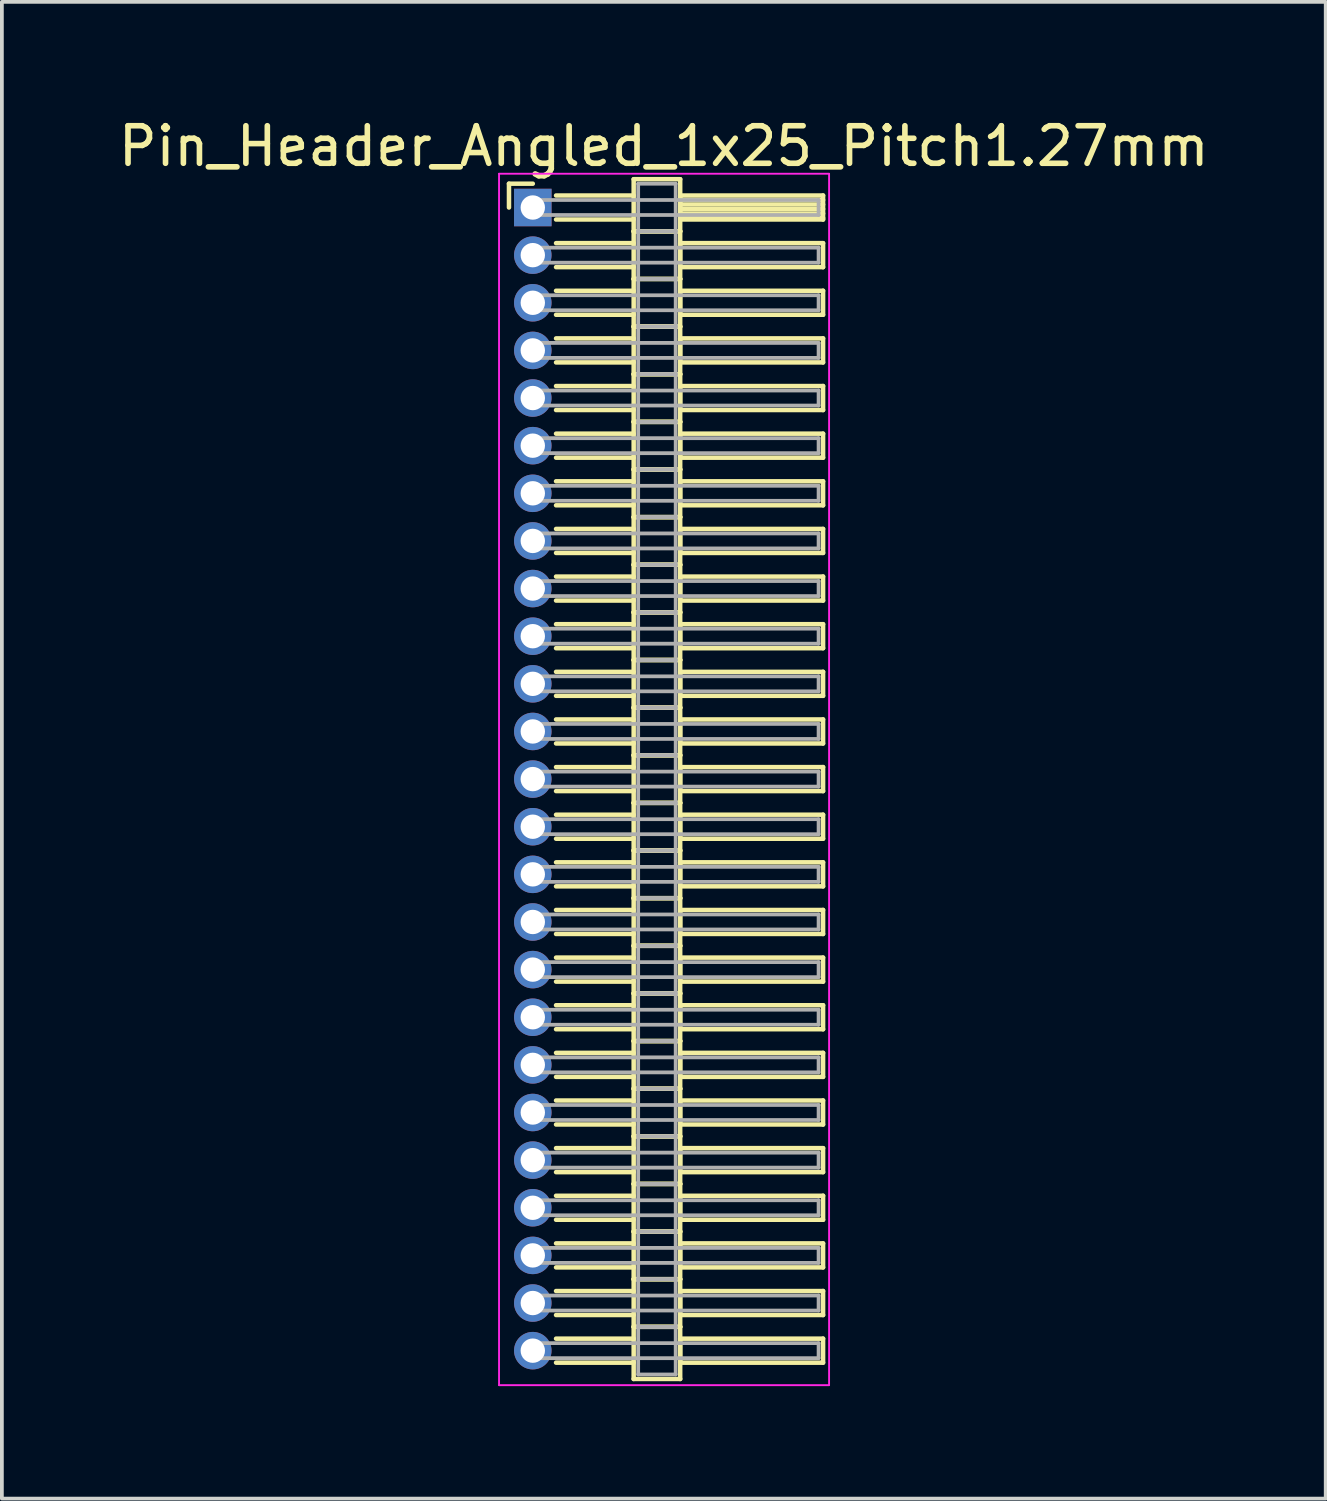
<source format=kicad_pcb>
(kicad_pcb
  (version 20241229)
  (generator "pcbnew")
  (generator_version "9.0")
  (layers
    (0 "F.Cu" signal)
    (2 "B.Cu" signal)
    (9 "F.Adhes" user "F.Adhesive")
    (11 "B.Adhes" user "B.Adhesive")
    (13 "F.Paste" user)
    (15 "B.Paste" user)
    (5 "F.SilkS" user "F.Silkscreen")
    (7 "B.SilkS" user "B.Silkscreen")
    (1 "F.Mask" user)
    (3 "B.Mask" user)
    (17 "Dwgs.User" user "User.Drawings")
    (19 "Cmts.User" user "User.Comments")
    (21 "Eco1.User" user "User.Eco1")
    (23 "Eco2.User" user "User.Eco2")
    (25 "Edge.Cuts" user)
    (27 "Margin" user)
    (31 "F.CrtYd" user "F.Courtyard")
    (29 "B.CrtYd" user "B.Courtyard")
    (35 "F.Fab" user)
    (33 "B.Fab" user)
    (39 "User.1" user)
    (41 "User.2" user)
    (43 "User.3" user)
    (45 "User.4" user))
  (footprint "Pin_Header_Angled_1x25_Pitch1.27mm"
    (layer "F.Cu")
    (at 11.156 2.483)
    (property "Reference" "Pin_Header_Angled_1x25_Pitch1.27mm" (at 3.493 -1.635 0) (layer "F.SilkS") (effects (font (size 1 1) (thickness 0.15))))
    (attr through_hole)
    (fp_line (start -0.635 -0.635) (end 0 -0.635) (stroke (width 0.12) (type solid)) (layer "F.SilkS"))
    (fp_line (start -0.635 0) (end -0.635 -0.635) (stroke (width 0.12) (type solid)) (layer "F.SilkS"))
    (fp_line (start 0.62 -0.32) (end 2.69 -0.32) (stroke (width 0.12) (type solid)) (layer "F.SilkS"))
    (fp_line (start 0.62 0.32) (end 2.69 0.32) (stroke (width 0.12) (type solid)) (layer "F.SilkS"))
    (fp_line (start 0.62 0.95) (end 2.69 0.95) (stroke (width 0.12) (type solid)) (layer "F.SilkS"))
    (fp_line (start 0.62 1.59) (end 2.69 1.59) (stroke (width 0.12) (type solid)) (layer "F.SilkS"))
    (fp_line (start 0.62 2.22) (end 2.69 2.22) (stroke (width 0.12) (type solid)) (layer "F.SilkS"))
    (fp_line (start 0.62 2.86) (end 2.69 2.86) (stroke (width 0.12) (type solid)) (layer "F.SilkS"))
    (fp_line (start 0.62 3.49) (end 2.69 3.49) (stroke (width 0.12) (type solid)) (layer "F.SilkS"))
    (fp_line (start 0.62 4.13) (end 2.69 4.13) (stroke (width 0.12) (type solid)) (layer "F.SilkS"))
    (fp_line (start 0.62 4.76) (end 2.69 4.76) (stroke (width 0.12) (type solid)) (layer "F.SilkS"))
    (fp_line (start 0.62 5.4) (end 2.69 5.4) (stroke (width 0.12) (type solid)) (layer "F.SilkS"))
    (fp_line (start 0.62 6.03) (end 2.69 6.03) (stroke (width 0.12) (type solid)) (layer "F.SilkS"))
    (fp_line (start 0.62 6.67) (end 2.69 6.67) (stroke (width 0.12) (type solid)) (layer "F.SilkS"))
    (fp_line (start 0.62 7.3) (end 2.69 7.3) (stroke (width 0.12) (type solid)) (layer "F.SilkS"))
    (fp_line (start 0.62 7.94) (end 2.69 7.94) (stroke (width 0.12) (type solid)) (layer "F.SilkS"))
    (fp_line (start 0.62 8.57) (end 2.69 8.57) (stroke (width 0.12) (type solid)) (layer "F.SilkS"))
    (fp_line (start 0.62 9.21) (end 2.69 9.21) (stroke (width 0.12) (type solid)) (layer "F.SilkS"))
    (fp_line (start 0.62 9.84) (end 2.69 9.84) (stroke (width 0.12) (type solid)) (layer "F.SilkS"))
    (fp_line (start 0.62 10.48) (end 2.69 10.48) (stroke (width 0.12) (type solid)) (layer "F.SilkS"))
    (fp_line (start 0.62 11.11) (end 2.69 11.11) (stroke (width 0.12) (type solid)) (layer "F.SilkS"))
    (fp_line (start 0.62 11.75) (end 2.69 11.75) (stroke (width 0.12) (type solid)) (layer "F.SilkS"))
    (fp_line (start 0.62 12.38) (end 2.69 12.38) (stroke (width 0.12) (type solid)) (layer "F.SilkS"))
    (fp_line (start 0.62 13.02) (end 2.69 13.02) (stroke (width 0.12) (type solid)) (layer "F.SilkS"))
    (fp_line (start 0.62 13.65) (end 2.69 13.65) (stroke (width 0.12) (type solid)) (layer "F.SilkS"))
    (fp_line (start 0.62 14.29) (end 2.69 14.29) (stroke (width 0.12) (type solid)) (layer "F.SilkS"))
    (fp_line (start 0.62 14.92) (end 2.69 14.92) (stroke (width 0.12) (type solid)) (layer "F.SilkS"))
    (fp_line (start 0.62 15.56) (end 2.69 15.56) (stroke (width 0.12) (type solid)) (layer "F.SilkS"))
    (fp_line (start 0.62 16.19) (end 2.69 16.19) (stroke (width 0.12) (type solid)) (layer "F.SilkS"))
    (fp_line (start 0.62 16.83) (end 2.69 16.83) (stroke (width 0.12) (type solid)) (layer "F.SilkS"))
    (fp_line (start 0.62 17.46) (end 2.69 17.46) (stroke (width 0.12) (type solid)) (layer "F.SilkS"))
    (fp_line (start 0.62 18.1) (end 2.69 18.1) (stroke (width 0.12) (type solid)) (layer "F.SilkS"))
    (fp_line (start 0.62 18.73) (end 2.69 18.73) (stroke (width 0.12) (type solid)) (layer "F.SilkS"))
    (fp_line (start 0.62 19.37) (end 2.69 19.37) (stroke (width 0.12) (type solid)) (layer "F.SilkS"))
    (fp_line (start 0.62 20) (end 2.69 20) (stroke (width 0.12) (type solid)) (layer "F.SilkS"))
    (fp_line (start 0.62 20.64) (end 2.69 20.64) (stroke (width 0.12) (type solid)) (layer "F.SilkS"))
    (fp_line (start 0.62 21.27) (end 2.69 21.27) (stroke (width 0.12) (type solid)) (layer "F.SilkS"))
    (fp_line (start 0.62 21.91) (end 2.69 21.91) (stroke (width 0.12) (type solid)) (layer "F.SilkS"))
    (fp_line (start 0.62 22.54) (end 2.69 22.54) (stroke (width 0.12) (type solid)) (layer "F.SilkS"))
    (fp_line (start 0.62 23.18) (end 2.69 23.18) (stroke (width 0.12) (type solid)) (layer "F.SilkS"))
    (fp_line (start 0.62 23.81) (end 2.69 23.81) (stroke (width 0.12) (type solid)) (layer "F.SilkS"))
    (fp_line (start 0.62 24.45) (end 2.69 24.45) (stroke (width 0.12) (type solid)) (layer "F.SilkS"))
    (fp_line (start 0.62 25.08) (end 2.69 25.08) (stroke (width 0.12) (type solid)) (layer "F.SilkS"))
    (fp_line (start 0.62 25.72) (end 2.69 25.72) (stroke (width 0.12) (type solid)) (layer "F.SilkS"))
    (fp_line (start 0.62 26.35) (end 2.69 26.35) (stroke (width 0.12) (type solid)) (layer "F.SilkS"))
    (fp_line (start 0.62 26.99) (end 2.69 26.99) (stroke (width 0.12) (type solid)) (layer "F.SilkS"))
    (fp_line (start 0.62 27.62) (end 2.69 27.62) (stroke (width 0.12) (type solid)) (layer "F.SilkS"))
    (fp_line (start 0.62 28.26) (end 2.69 28.26) (stroke (width 0.12) (type solid)) (layer "F.SilkS"))
    (fp_line (start 0.62 28.89) (end 2.69 28.89) (stroke (width 0.12) (type solid)) (layer "F.SilkS"))
    (fp_line (start 0.62 29.53) (end 2.69 29.53) (stroke (width 0.12) (type solid)) (layer "F.SilkS"))
    (fp_line (start 0.62 30.16) (end 2.69 30.16) (stroke (width 0.12) (type solid)) (layer "F.SilkS"))
    (fp_line (start 0.62 30.8) (end 2.69 30.8) (stroke (width 0.12) (type solid)) (layer "F.SilkS"))
    (fp_line (start 2.69 -0.755) (end 2.69 0.635) (stroke (width 0.12) (type solid)) (layer "F.SilkS"))
    (fp_line (start 2.69 0.635) (end 2.69 1.905) (stroke (width 0.12) (type solid)) (layer "F.SilkS"))
    (fp_line (start 2.69 0.635) (end 3.93 0.635) (stroke (width 0.12) (type solid)) (layer "F.SilkS"))
    (fp_line (start 2.69 1.905) (end 2.69 3.175) (stroke (width 0.12) (type solid)) (layer "F.SilkS"))
    (fp_line (start 2.69 1.905) (end 3.93 1.905) (stroke (width 0.12) (type solid)) (layer "F.SilkS"))
    (fp_line (start 2.69 3.175) (end 2.69 4.445) (stroke (width 0.12) (type solid)) (layer "F.SilkS"))
    (fp_line (start 2.69 3.175) (end 3.93 3.175) (stroke (width 0.12) (type solid)) (layer "F.SilkS"))
    (fp_line (start 2.69 4.445) (end 2.69 5.715) (stroke (width 0.12) (type solid)) (layer "F.SilkS"))
    (fp_line (start 2.69 4.445) (end 3.93 4.445) (stroke (width 0.12) (type solid)) (layer "F.SilkS"))
    (fp_line (start 2.69 5.715) (end 2.69 6.985) (stroke (width 0.12) (type solid)) (layer "F.SilkS"))
    (fp_line (start 2.69 5.715) (end 3.93 5.715) (stroke (width 0.12) (type solid)) (layer "F.SilkS"))
    (fp_line (start 2.69 6.985) (end 2.69 8.255) (stroke (width 0.12) (type solid)) (layer "F.SilkS"))
    (fp_line (start 2.69 6.985) (end 3.93 6.985) (stroke (width 0.12) (type solid)) (layer "F.SilkS"))
    (fp_line (start 2.69 8.255) (end 2.69 9.525) (stroke (width 0.12) (type solid)) (layer "F.SilkS"))
    (fp_line (start 2.69 8.255) (end 3.93 8.255) (stroke (width 0.12) (type solid)) (layer "F.SilkS"))
    (fp_line (start 2.69 9.525) (end 2.69 10.795) (stroke (width 0.12) (type solid)) (layer "F.SilkS"))
    (fp_line (start 2.69 9.525) (end 3.93 9.525) (stroke (width 0.12) (type solid)) (layer "F.SilkS"))
    (fp_line (start 2.69 10.795) (end 2.69 12.065) (stroke (width 0.12) (type solid)) (layer "F.SilkS"))
    (fp_line (start 2.69 10.795) (end 3.93 10.795) (stroke (width 0.12) (type solid)) (layer "F.SilkS"))
    (fp_line (start 2.69 12.065) (end 2.69 13.335) (stroke (width 0.12) (type solid)) (layer "F.SilkS"))
    (fp_line (start 2.69 12.065) (end 3.93 12.065) (stroke (width 0.12) (type solid)) (layer "F.SilkS"))
    (fp_line (start 2.69 13.335) (end 2.69 14.605) (stroke (width 0.12) (type solid)) (layer "F.SilkS"))
    (fp_line (start 2.69 13.335) (end 3.93 13.335) (stroke (width 0.12) (type solid)) (layer "F.SilkS"))
    (fp_line (start 2.69 14.605) (end 2.69 15.875) (stroke (width 0.12) (type solid)) (layer "F.SilkS"))
    (fp_line (start 2.69 14.605) (end 3.93 14.605) (stroke (width 0.12) (type solid)) (layer "F.SilkS"))
    (fp_line (start 2.69 15.875) (end 2.69 17.145) (stroke (width 0.12) (type solid)) (layer "F.SilkS"))
    (fp_line (start 2.69 15.875) (end 3.93 15.875) (stroke (width 0.12) (type solid)) (layer "F.SilkS"))
    (fp_line (start 2.69 17.145) (end 2.69 18.415) (stroke (width 0.12) (type solid)) (layer "F.SilkS"))
    (fp_line (start 2.69 17.145) (end 3.93 17.145) (stroke (width 0.12) (type solid)) (layer "F.SilkS"))
    (fp_line (start 2.69 18.415) (end 2.69 19.685) (stroke (width 0.12) (type solid)) (layer "F.SilkS"))
    (fp_line (start 2.69 18.415) (end 3.93 18.415) (stroke (width 0.12) (type solid)) (layer "F.SilkS"))
    (fp_line (start 2.69 19.685) (end 2.69 20.955) (stroke (width 0.12) (type solid)) (layer "F.SilkS"))
    (fp_line (start 2.69 19.685) (end 3.93 19.685) (stroke (width 0.12) (type solid)) (layer "F.SilkS"))
    (fp_line (start 2.69 20.955) (end 2.69 22.225) (stroke (width 0.12) (type solid)) (layer "F.SilkS"))
    (fp_line (start 2.69 20.955) (end 3.93 20.955) (stroke (width 0.12) (type solid)) (layer "F.SilkS"))
    (fp_line (start 2.69 22.225) (end 2.69 23.495) (stroke (width 0.12) (type solid)) (layer "F.SilkS"))
    (fp_line (start 2.69 22.225) (end 3.93 22.225) (stroke (width 0.12) (type solid)) (layer "F.SilkS"))
    (fp_line (start 2.69 23.495) (end 2.69 24.765) (stroke (width 0.12) (type solid)) (layer "F.SilkS"))
    (fp_line (start 2.69 23.495) (end 3.93 23.495) (stroke (width 0.12) (type solid)) (layer "F.SilkS"))
    (fp_line (start 2.69 24.765) (end 2.69 26.035) (stroke (width 0.12) (type solid)) (layer "F.SilkS"))
    (fp_line (start 2.69 24.765) (end 3.93 24.765) (stroke (width 0.12) (type solid)) (layer "F.SilkS"))
    (fp_line (start 2.69 26.035) (end 2.69 27.305) (stroke (width 0.12) (type solid)) (layer "F.SilkS"))
    (fp_line (start 2.69 26.035) (end 3.93 26.035) (stroke (width 0.12) (type solid)) (layer "F.SilkS"))
    (fp_line (start 2.69 27.305) (end 2.69 28.575) (stroke (width 0.12) (type solid)) (layer "F.SilkS"))
    (fp_line (start 2.69 27.305) (end 3.93 27.305) (stroke (width 0.12) (type solid)) (layer "F.SilkS"))
    (fp_line (start 2.69 28.575) (end 2.69 29.845) (stroke (width 0.12) (type solid)) (layer "F.SilkS"))
    (fp_line (start 2.69 28.575) (end 3.93 28.575) (stroke (width 0.12) (type solid)) (layer "F.SilkS"))
    (fp_line (start 2.69 29.845) (end 2.69 31.235) (stroke (width 0.12) (type solid)) (layer "F.SilkS"))
    (fp_line (start 2.69 29.845) (end 3.93 29.845) (stroke (width 0.12) (type solid)) (layer "F.SilkS"))
    (fp_line (start 2.69 31.235) (end 3.93 31.235) (stroke (width 0.12) (type solid)) (layer "F.SilkS"))
    (fp_line (start 3.93 -0.755) (end 2.69 -0.755) (stroke (width 0.12) (type solid)) (layer "F.SilkS"))
    (fp_line (start 3.93 -0.32) (end 3.93 0.32) (stroke (width 0.12) (type solid)) (layer "F.SilkS"))
    (fp_line (start 3.93 -0.2) (end 7.74 -0.2) (stroke (width 0.12) (type solid)) (layer "F.SilkS"))
    (fp_line (start 3.93 -0.08) (end 7.74 -0.08) (stroke (width 0.12) (type solid)) (layer "F.SilkS"))
    (fp_line (start 3.93 0.04) (end 7.74 0.04) (stroke (width 0.12) (type solid)) (layer "F.SilkS"))
    (fp_line (start 3.93 0.16) (end 7.74 0.16) (stroke (width 0.12) (type solid)) (layer "F.SilkS"))
    (fp_line (start 3.93 0.28) (end 7.74 0.28) (stroke (width 0.12) (type solid)) (layer "F.SilkS"))
    (fp_line (start 3.93 0.32) (end 7.74 0.32) (stroke (width 0.12) (type solid)) (layer "F.SilkS"))
    (fp_line (start 3.93 0.635) (end 2.69 0.635) (stroke (width 0.12) (type solid)) (layer "F.SilkS"))
    (fp_line (start 3.93 0.635) (end 3.93 -0.755) (stroke (width 0.12) (type solid)) (layer "F.SilkS"))
    (fp_line (start 3.93 0.95) (end 3.93 1.59) (stroke (width 0.12) (type solid)) (layer "F.SilkS"))
    (fp_line (start 3.93 1.59) (end 7.74 1.59) (stroke (width 0.12) (type solid)) (layer "F.SilkS"))
    (fp_line (start 3.93 1.905) (end 2.69 1.905) (stroke (width 0.12) (type solid)) (layer "F.SilkS"))
    (fp_line (start 3.93 1.905) (end 3.93 0.635) (stroke (width 0.12) (type solid)) (layer "F.SilkS"))
    (fp_line (start 3.93 2.22) (end 3.93 2.86) (stroke (width 0.12) (type solid)) (layer "F.SilkS"))
    (fp_line (start 3.93 2.86) (end 7.74 2.86) (stroke (width 0.12) (type solid)) (layer "F.SilkS"))
    (fp_line (start 3.93 3.175) (end 2.69 3.175) (stroke (width 0.12) (type solid)) (layer "F.SilkS"))
    (fp_line (start 3.93 3.175) (end 3.93 1.905) (stroke (width 0.12) (type solid)) (layer "F.SilkS"))
    (fp_line (start 3.93 3.49) (end 3.93 4.13) (stroke (width 0.12) (type solid)) (layer "F.SilkS"))
    (fp_line (start 3.93 4.13) (end 7.74 4.13) (stroke (width 0.12) (type solid)) (layer "F.SilkS"))
    (fp_line (start 3.93 4.445) (end 2.69 4.445) (stroke (width 0.12) (type solid)) (layer "F.SilkS"))
    (fp_line (start 3.93 4.445) (end 3.93 3.175) (stroke (width 0.12) (type solid)) (layer "F.SilkS"))
    (fp_line (start 3.93 4.76) (end 3.93 5.4) (stroke (width 0.12) (type solid)) (layer "F.SilkS"))
    (fp_line (start 3.93 5.4) (end 7.74 5.4) (stroke (width 0.12) (type solid)) (layer "F.SilkS"))
    (fp_line (start 3.93 5.715) (end 2.69 5.715) (stroke (width 0.12) (type solid)) (layer "F.SilkS"))
    (fp_line (start 3.93 5.715) (end 3.93 4.445) (stroke (width 0.12) (type solid)) (layer "F.SilkS"))
    (fp_line (start 3.93 6.03) (end 3.93 6.67) (stroke (width 0.12) (type solid)) (layer "F.SilkS"))
    (fp_line (start 3.93 6.67) (end 7.74 6.67) (stroke (width 0.12) (type solid)) (layer "F.SilkS"))
    (fp_line (start 3.93 6.985) (end 2.69 6.985) (stroke (width 0.12) (type solid)) (layer "F.SilkS"))
    (fp_line (start 3.93 6.985) (end 3.93 5.715) (stroke (width 0.12) (type solid)) (layer "F.SilkS"))
    (fp_line (start 3.93 7.3) (end 3.93 7.94) (stroke (width 0.12) (type solid)) (layer "F.SilkS"))
    (fp_line (start 3.93 7.94) (end 7.74 7.94) (stroke (width 0.12) (type solid)) (layer "F.SilkS"))
    (fp_line (start 3.93 8.255) (end 2.69 8.255) (stroke (width 0.12) (type solid)) (layer "F.SilkS"))
    (fp_line (start 3.93 8.255) (end 3.93 6.985) (stroke (width 0.12) (type solid)) (layer "F.SilkS"))
    (fp_line (start 3.93 8.57) (end 3.93 9.21) (stroke (width 0.12) (type solid)) (layer "F.SilkS"))
    (fp_line (start 3.93 9.21) (end 7.74 9.21) (stroke (width 0.12) (type solid)) (layer "F.SilkS"))
    (fp_line (start 3.93 9.525) (end 2.69 9.525) (stroke (width 0.12) (type solid)) (layer "F.SilkS"))
    (fp_line (start 3.93 9.525) (end 3.93 8.255) (stroke (width 0.12) (type solid)) (layer "F.SilkS"))
    (fp_line (start 3.93 9.84) (end 3.93 10.48) (stroke (width 0.12) (type solid)) (layer "F.SilkS"))
    (fp_line (start 3.93 10.48) (end 7.74 10.48) (stroke (width 0.12) (type solid)) (layer "F.SilkS"))
    (fp_line (start 3.93 10.795) (end 2.69 10.795) (stroke (width 0.12) (type solid)) (layer "F.SilkS"))
    (fp_line (start 3.93 10.795) (end 3.93 9.525) (stroke (width 0.12) (type solid)) (layer "F.SilkS"))
    (fp_line (start 3.93 11.11) (end 3.93 11.75) (stroke (width 0.12) (type solid)) (layer "F.SilkS"))
    (fp_line (start 3.93 11.75) (end 7.74 11.75) (stroke (width 0.12) (type solid)) (layer "F.SilkS"))
    (fp_line (start 3.93 12.065) (end 2.69 12.065) (stroke (width 0.12) (type solid)) (layer "F.SilkS"))
    (fp_line (start 3.93 12.065) (end 3.93 10.795) (stroke (width 0.12) (type solid)) (layer "F.SilkS"))
    (fp_line (start 3.93 12.38) (end 3.93 13.02) (stroke (width 0.12) (type solid)) (layer "F.SilkS"))
    (fp_line (start 3.93 13.02) (end 7.74 13.02) (stroke (width 0.12) (type solid)) (layer "F.SilkS"))
    (fp_line (start 3.93 13.335) (end 2.69 13.335) (stroke (width 0.12) (type solid)) (layer "F.SilkS"))
    (fp_line (start 3.93 13.335) (end 3.93 12.065) (stroke (width 0.12) (type solid)) (layer "F.SilkS"))
    (fp_line (start 3.93 13.65) (end 3.93 14.29) (stroke (width 0.12) (type solid)) (layer "F.SilkS"))
    (fp_line (start 3.93 14.29) (end 7.74 14.29) (stroke (width 0.12) (type solid)) (layer "F.SilkS"))
    (fp_line (start 3.93 14.605) (end 2.69 14.605) (stroke (width 0.12) (type solid)) (layer "F.SilkS"))
    (fp_line (start 3.93 14.605) (end 3.93 13.335) (stroke (width 0.12) (type solid)) (layer "F.SilkS"))
    (fp_line (start 3.93 14.92) (end 3.93 15.56) (stroke (width 0.12) (type solid)) (layer "F.SilkS"))
    (fp_line (start 3.93 15.56) (end 7.74 15.56) (stroke (width 0.12) (type solid)) (layer "F.SilkS"))
    (fp_line (start 3.93 15.875) (end 2.69 15.875) (stroke (width 0.12) (type solid)) (layer "F.SilkS"))
    (fp_line (start 3.93 15.875) (end 3.93 14.605) (stroke (width 0.12) (type solid)) (layer "F.SilkS"))
    (fp_line (start 3.93 16.19) (end 3.93 16.83) (stroke (width 0.12) (type solid)) (layer "F.SilkS"))
    (fp_line (start 3.93 16.83) (end 7.74 16.83) (stroke (width 0.12) (type solid)) (layer "F.SilkS"))
    (fp_line (start 3.93 17.145) (end 2.69 17.145) (stroke (width 0.12) (type solid)) (layer "F.SilkS"))
    (fp_line (start 3.93 17.145) (end 3.93 15.875) (stroke (width 0.12) (type solid)) (layer "F.SilkS"))
    (fp_line (start 3.93 17.46) (end 3.93 18.1) (stroke (width 0.12) (type solid)) (layer "F.SilkS"))
    (fp_line (start 3.93 18.1) (end 7.74 18.1) (stroke (width 0.12) (type solid)) (layer "F.SilkS"))
    (fp_line (start 3.93 18.415) (end 2.69 18.415) (stroke (width 0.12) (type solid)) (layer "F.SilkS"))
    (fp_line (start 3.93 18.415) (end 3.93 17.145) (stroke (width 0.12) (type solid)) (layer "F.SilkS"))
    (fp_line (start 3.93 18.73) (end 3.93 19.37) (stroke (width 0.12) (type solid)) (layer "F.SilkS"))
    (fp_line (start 3.93 19.37) (end 7.74 19.37) (stroke (width 0.12) (type solid)) (layer "F.SilkS"))
    (fp_line (start 3.93 19.685) (end 2.69 19.685) (stroke (width 0.12) (type solid)) (layer "F.SilkS"))
    (fp_line (start 3.93 19.685) (end 3.93 18.415) (stroke (width 0.12) (type solid)) (layer "F.SilkS"))
    (fp_line (start 3.93 20) (end 3.93 20.64) (stroke (width 0.12) (type solid)) (layer "F.SilkS"))
    (fp_line (start 3.93 20.64) (end 7.74 20.64) (stroke (width 0.12) (type solid)) (layer "F.SilkS"))
    (fp_line (start 3.93 20.955) (end 2.69 20.955) (stroke (width 0.12) (type solid)) (layer "F.SilkS"))
    (fp_line (start 3.93 20.955) (end 3.93 19.685) (stroke (width 0.12) (type solid)) (layer "F.SilkS"))
    (fp_line (start 3.93 21.27) (end 3.93 21.91) (stroke (width 0.12) (type solid)) (layer "F.SilkS"))
    (fp_line (start 3.93 21.91) (end 7.74 21.91) (stroke (width 0.12) (type solid)) (layer "F.SilkS"))
    (fp_line (start 3.93 22.225) (end 2.69 22.225) (stroke (width 0.12) (type solid)) (layer "F.SilkS"))
    (fp_line (start 3.93 22.225) (end 3.93 20.955) (stroke (width 0.12) (type solid)) (layer "F.SilkS"))
    (fp_line (start 3.93 22.54) (end 3.93 23.18) (stroke (width 0.12) (type solid)) (layer "F.SilkS"))
    (fp_line (start 3.93 23.18) (end 7.74 23.18) (stroke (width 0.12) (type solid)) (layer "F.SilkS"))
    (fp_line (start 3.93 23.495) (end 2.69 23.495) (stroke (width 0.12) (type solid)) (layer "F.SilkS"))
    (fp_line (start 3.93 23.495) (end 3.93 22.225) (stroke (width 0.12) (type solid)) (layer "F.SilkS"))
    (fp_line (start 3.93 23.81) (end 3.93 24.45) (stroke (width 0.12) (type solid)) (layer "F.SilkS"))
    (fp_line (start 3.93 24.45) (end 7.74 24.45) (stroke (width 0.12) (type solid)) (layer "F.SilkS"))
    (fp_line (start 3.93 24.765) (end 2.69 24.765) (stroke (width 0.12) (type solid)) (layer "F.SilkS"))
    (fp_line (start 3.93 24.765) (end 3.93 23.495) (stroke (width 0.12) (type solid)) (layer "F.SilkS"))
    (fp_line (start 3.93 25.08) (end 3.93 25.72) (stroke (width 0.12) (type solid)) (layer "F.SilkS"))
    (fp_line (start 3.93 25.72) (end 7.74 25.72) (stroke (width 0.12) (type solid)) (layer "F.SilkS"))
    (fp_line (start 3.93 26.035) (end 2.69 26.035) (stroke (width 0.12) (type solid)) (layer "F.SilkS"))
    (fp_line (start 3.93 26.035) (end 3.93 24.765) (stroke (width 0.12) (type solid)) (layer "F.SilkS"))
    (fp_line (start 3.93 26.35) (end 3.93 26.99) (stroke (width 0.12) (type solid)) (layer "F.SilkS"))
    (fp_line (start 3.93 26.99) (end 7.74 26.99) (stroke (width 0.12) (type solid)) (layer "F.SilkS"))
    (fp_line (start 3.93 27.305) (end 2.69 27.305) (stroke (width 0.12) (type solid)) (layer "F.SilkS"))
    (fp_line (start 3.93 27.305) (end 3.93 26.035) (stroke (width 0.12) (type solid)) (layer "F.SilkS"))
    (fp_line (start 3.93 27.62) (end 3.93 28.26) (stroke (width 0.12) (type solid)) (layer "F.SilkS"))
    (fp_line (start 3.93 28.26) (end 7.74 28.26) (stroke (width 0.12) (type solid)) (layer "F.SilkS"))
    (fp_line (start 3.93 28.575) (end 2.69 28.575) (stroke (width 0.12) (type solid)) (layer "F.SilkS"))
    (fp_line (start 3.93 28.575) (end 3.93 27.305) (stroke (width 0.12) (type solid)) (layer "F.SilkS"))
    (fp_line (start 3.93 28.89) (end 3.93 29.53) (stroke (width 0.12) (type solid)) (layer "F.SilkS"))
    (fp_line (start 3.93 29.53) (end 7.74 29.53) (stroke (width 0.12) (type solid)) (layer "F.SilkS"))
    (fp_line (start 3.93 29.845) (end 2.69 29.845) (stroke (width 0.12) (type solid)) (layer "F.SilkS"))
    (fp_line (start 3.93 29.845) (end 3.93 28.575) (stroke (width 0.12) (type solid)) (layer "F.SilkS"))
    (fp_line (start 3.93 30.16) (end 3.93 30.8) (stroke (width 0.12) (type solid)) (layer "F.SilkS"))
    (fp_line (start 3.93 30.8) (end 7.74 30.8) (stroke (width 0.12) (type solid)) (layer "F.SilkS"))
    (fp_line (start 3.93 31.235) (end 3.93 29.845) (stroke (width 0.12) (type solid)) (layer "F.SilkS"))
    (fp_line (start 7.74 -0.32) (end 3.93 -0.32) (stroke (width 0.12) (type solid)) (layer "F.SilkS"))
    (fp_line (start 7.74 0.32) (end 7.74 -0.32) (stroke (width 0.12) (type solid)) (layer "F.SilkS"))
    (fp_line (start 7.74 0.95) (end 3.93 0.95) (stroke (width 0.12) (type solid)) (layer "F.SilkS"))
    (fp_line (start 7.74 1.59) (end 7.74 0.95) (stroke (width 0.12) (type solid)) (layer "F.SilkS"))
    (fp_line (start 7.74 2.22) (end 3.93 2.22) (stroke (width 0.12) (type solid)) (layer "F.SilkS"))
    (fp_line (start 7.74 2.86) (end 7.74 2.22) (stroke (width 0.12) (type solid)) (layer "F.SilkS"))
    (fp_line (start 7.74 3.49) (end 3.93 3.49) (stroke (width 0.12) (type solid)) (layer "F.SilkS"))
    (fp_line (start 7.74 4.13) (end 7.74 3.49) (stroke (width 0.12) (type solid)) (layer "F.SilkS"))
    (fp_line (start 7.74 4.76) (end 3.93 4.76) (stroke (width 0.12) (type solid)) (layer "F.SilkS"))
    (fp_line (start 7.74 5.4) (end 7.74 4.76) (stroke (width 0.12) (type solid)) (layer "F.SilkS"))
    (fp_line (start 7.74 6.03) (end 3.93 6.03) (stroke (width 0.12) (type solid)) (layer "F.SilkS"))
    (fp_line (start 7.74 6.67) (end 7.74 6.03) (stroke (width 0.12) (type solid)) (layer "F.SilkS"))
    (fp_line (start 7.74 7.3) (end 3.93 7.3) (stroke (width 0.12) (type solid)) (layer "F.SilkS"))
    (fp_line (start 7.74 7.94) (end 7.74 7.3) (stroke (width 0.12) (type solid)) (layer "F.SilkS"))
    (fp_line (start 7.74 8.57) (end 3.93 8.57) (stroke (width 0.12) (type solid)) (layer "F.SilkS"))
    (fp_line (start 7.74 9.21) (end 7.74 8.57) (stroke (width 0.12) (type solid)) (layer "F.SilkS"))
    (fp_line (start 7.74 9.84) (end 3.93 9.84) (stroke (width 0.12) (type solid)) (layer "F.SilkS"))
    (fp_line (start 7.74 10.48) (end 7.74 9.84) (stroke (width 0.12) (type solid)) (layer "F.SilkS"))
    (fp_line (start 7.74 11.11) (end 3.93 11.11) (stroke (width 0.12) (type solid)) (layer "F.SilkS"))
    (fp_line (start 7.74 11.75) (end 7.74 11.11) (stroke (width 0.12) (type solid)) (layer "F.SilkS"))
    (fp_line (start 7.74 12.38) (end 3.93 12.38) (stroke (width 0.12) (type solid)) (layer "F.SilkS"))
    (fp_line (start 7.74 13.02) (end 7.74 12.38) (stroke (width 0.12) (type solid)) (layer "F.SilkS"))
    (fp_line (start 7.74 13.65) (end 3.93 13.65) (stroke (width 0.12) (type solid)) (layer "F.SilkS"))
    (fp_line (start 7.74 14.29) (end 7.74 13.65) (stroke (width 0.12) (type solid)) (layer "F.SilkS"))
    (fp_line (start 7.74 14.92) (end 3.93 14.92) (stroke (width 0.12) (type solid)) (layer "F.SilkS"))
    (fp_line (start 7.74 15.56) (end 7.74 14.92) (stroke (width 0.12) (type solid)) (layer "F.SilkS"))
    (fp_line (start 7.74 16.19) (end 3.93 16.19) (stroke (width 0.12) (type solid)) (layer "F.SilkS"))
    (fp_line (start 7.74 16.83) (end 7.74 16.19) (stroke (width 0.12) (type solid)) (layer "F.SilkS"))
    (fp_line (start 7.74 17.46) (end 3.93 17.46) (stroke (width 0.12) (type solid)) (layer "F.SilkS"))
    (fp_line (start 7.74 18.1) (end 7.74 17.46) (stroke (width 0.12) (type solid)) (layer "F.SilkS"))
    (fp_line (start 7.74 18.73) (end 3.93 18.73) (stroke (width 0.12) (type solid)) (layer "F.SilkS"))
    (fp_line (start 7.74 19.37) (end 7.74 18.73) (stroke (width 0.12) (type solid)) (layer "F.SilkS"))
    (fp_line (start 7.74 20) (end 3.93 20) (stroke (width 0.12) (type solid)) (layer "F.SilkS"))
    (fp_line (start 7.74 20.64) (end 7.74 20) (stroke (width 0.12) (type solid)) (layer "F.SilkS"))
    (fp_line (start 7.74 21.27) (end 3.93 21.27) (stroke (width 0.12) (type solid)) (layer "F.SilkS"))
    (fp_line (start 7.74 21.91) (end 7.74 21.27) (stroke (width 0.12) (type solid)) (layer "F.SilkS"))
    (fp_line (start 7.74 22.54) (end 3.93 22.54) (stroke (width 0.12) (type solid)) (layer "F.SilkS"))
    (fp_line (start 7.74 23.18) (end 7.74 22.54) (stroke (width 0.12) (type solid)) (layer "F.SilkS"))
    (fp_line (start 7.74 23.81) (end 3.93 23.81) (stroke (width 0.12) (type solid)) (layer "F.SilkS"))
    (fp_line (start 7.74 24.45) (end 7.74 23.81) (stroke (width 0.12) (type solid)) (layer "F.SilkS"))
    (fp_line (start 7.74 25.08) (end 3.93 25.08) (stroke (width 0.12) (type solid)) (layer "F.SilkS"))
    (fp_line (start 7.74 25.72) (end 7.74 25.08) (stroke (width 0.12) (type solid)) (layer "F.SilkS"))
    (fp_line (start 7.74 26.35) (end 3.93 26.35) (stroke (width 0.12) (type solid)) (layer "F.SilkS"))
    (fp_line (start 7.74 26.99) (end 7.74 26.35) (stroke (width 0.12) (type solid)) (layer "F.SilkS"))
    (fp_line (start 7.74 27.62) (end 3.93 27.62) (stroke (width 0.12) (type solid)) (layer "F.SilkS"))
    (fp_line (start 7.74 28.26) (end 7.74 27.62) (stroke (width 0.12) (type solid)) (layer "F.SilkS"))
    (fp_line (start 7.74 28.89) (end 3.93 28.89) (stroke (width 0.12) (type solid)) (layer "F.SilkS"))
    (fp_line (start 7.74 29.53) (end 7.74 28.89) (stroke (width 0.12) (type solid)) (layer "F.SilkS"))
    (fp_line (start 7.74 30.16) (end 3.93 30.16) (stroke (width 0.12) (type solid)) (layer "F.SilkS"))
    (fp_line (start 7.74 30.8) (end 7.74 30.16) (stroke (width 0.12) (type solid)) (layer "F.SilkS"))
    (fp_line (start -0.9 -0.9) (end -0.9 31.4) (stroke (width 0.05) (type solid)) (layer "F.CrtYd"))
    (fp_line (start -0.9 31.4) (end 7.9 31.4) (stroke (width 0.05) (type solid)) (layer "F.CrtYd"))
    (fp_line (start 7.9 -0.9) (end -0.9 -0.9) (stroke (width 0.05) (type solid)) (layer "F.CrtYd"))
    (fp_line (start 7.9 31.4) (end 7.9 -0.9) (stroke (width 0.05) (type solid)) (layer "F.CrtYd"))
    (fp_line (start 0 -0.2) (end 0 0.2) (stroke (width 0.1) (type solid)) (layer "F.Fab"))
    (fp_line (start 0 0.2) (end 7.62 0.2) (stroke (width 0.1) (type solid)) (layer "F.Fab"))
    (fp_line (start 0 1.07) (end 0 1.47) (stroke (width 0.1) (type solid)) (layer "F.Fab"))
    (fp_line (start 0 1.47) (end 7.62 1.47) (stroke (width 0.1) (type solid)) (layer "F.Fab"))
    (fp_line (start 0 2.34) (end 0 2.74) (stroke (width 0.1) (type solid)) (layer "F.Fab"))
    (fp_line (start 0 2.74) (end 7.62 2.74) (stroke (width 0.1) (type solid)) (layer "F.Fab"))
    (fp_line (start 0 3.61) (end 0 4.01) (stroke (width 0.1) (type solid)) (layer "F.Fab"))
    (fp_line (start 0 4.01) (end 7.62 4.01) (stroke (width 0.1) (type solid)) (layer "F.Fab"))
    (fp_line (start 0 4.88) (end 0 5.28) (stroke (width 0.1) (type solid)) (layer "F.Fab"))
    (fp_line (start 0 5.28) (end 7.62 5.28) (stroke (width 0.1) (type solid)) (layer "F.Fab"))
    (fp_line (start 0 6.15) (end 0 6.55) (stroke (width 0.1) (type solid)) (layer "F.Fab"))
    (fp_line (start 0 6.55) (end 7.62 6.55) (stroke (width 0.1) (type solid)) (layer "F.Fab"))
    (fp_line (start 0 7.42) (end 0 7.82) (stroke (width 0.1) (type solid)) (layer "F.Fab"))
    (fp_line (start 0 7.82) (end 7.62 7.82) (stroke (width 0.1) (type solid)) (layer "F.Fab"))
    (fp_line (start 0 8.69) (end 0 9.09) (stroke (width 0.1) (type solid)) (layer "F.Fab"))
    (fp_line (start 0 9.09) (end 7.62 9.09) (stroke (width 0.1) (type solid)) (layer "F.Fab"))
    (fp_line (start 0 9.96) (end 0 10.36) (stroke (width 0.1) (type solid)) (layer "F.Fab"))
    (fp_line (start 0 10.36) (end 7.62 10.36) (stroke (width 0.1) (type solid)) (layer "F.Fab"))
    (fp_line (start 0 11.23) (end 0 11.63) (stroke (width 0.1) (type solid)) (layer "F.Fab"))
    (fp_line (start 0 11.63) (end 7.62 11.63) (stroke (width 0.1) (type solid)) (layer "F.Fab"))
    (fp_line (start 0 12.5) (end 0 12.9) (stroke (width 0.1) (type solid)) (layer "F.Fab"))
    (fp_line (start 0 12.9) (end 7.62 12.9) (stroke (width 0.1) (type solid)) (layer "F.Fab"))
    (fp_line (start 0 13.77) (end 0 14.17) (stroke (width 0.1) (type solid)) (layer "F.Fab"))
    (fp_line (start 0 14.17) (end 7.62 14.17) (stroke (width 0.1) (type solid)) (layer "F.Fab"))
    (fp_line (start 0 15.04) (end 0 15.44) (stroke (width 0.1) (type solid)) (layer "F.Fab"))
    (fp_line (start 0 15.44) (end 7.62 15.44) (stroke (width 0.1) (type solid)) (layer "F.Fab"))
    (fp_line (start 0 16.31) (end 0 16.71) (stroke (width 0.1) (type solid)) (layer "F.Fab"))
    (fp_line (start 0 16.71) (end 7.62 16.71) (stroke (width 0.1) (type solid)) (layer "F.Fab"))
    (fp_line (start 0 17.58) (end 0 17.98) (stroke (width 0.1) (type solid)) (layer "F.Fab"))
    (fp_line (start 0 17.98) (end 7.62 17.98) (stroke (width 0.1) (type solid)) (layer "F.Fab"))
    (fp_line (start 0 18.85) (end 0 19.25) (stroke (width 0.1) (type solid)) (layer "F.Fab"))
    (fp_line (start 0 19.25) (end 7.62 19.25) (stroke (width 0.1) (type solid)) (layer "F.Fab"))
    (fp_line (start 0 20.12) (end 0 20.52) (stroke (width 0.1) (type solid)) (layer "F.Fab"))
    (fp_line (start 0 20.52) (end 7.62 20.52) (stroke (width 0.1) (type solid)) (layer "F.Fab"))
    (fp_line (start 0 21.39) (end 0 21.79) (stroke (width 0.1) (type solid)) (layer "F.Fab"))
    (fp_line (start 0 21.79) (end 7.62 21.79) (stroke (width 0.1) (type solid)) (layer "F.Fab"))
    (fp_line (start 0 22.66) (end 0 23.06) (stroke (width 0.1) (type solid)) (layer "F.Fab"))
    (fp_line (start 0 23.06) (end 7.62 23.06) (stroke (width 0.1) (type solid)) (layer "F.Fab"))
    (fp_line (start 0 23.93) (end 0 24.33) (stroke (width 0.1) (type solid)) (layer "F.Fab"))
    (fp_line (start 0 24.33) (end 7.62 24.33) (stroke (width 0.1) (type solid)) (layer "F.Fab"))
    (fp_line (start 0 25.2) (end 0 25.6) (stroke (width 0.1) (type solid)) (layer "F.Fab"))
    (fp_line (start 0 25.6) (end 7.62 25.6) (stroke (width 0.1) (type solid)) (layer "F.Fab"))
    (fp_line (start 0 26.47) (end 0 26.87) (stroke (width 0.1) (type solid)) (layer "F.Fab"))
    (fp_line (start 0 26.87) (end 7.62 26.87) (stroke (width 0.1) (type solid)) (layer "F.Fab"))
    (fp_line (start 0 27.74) (end 0 28.14) (stroke (width 0.1) (type solid)) (layer "F.Fab"))
    (fp_line (start 0 28.14) (end 7.62 28.14) (stroke (width 0.1) (type solid)) (layer "F.Fab"))
    (fp_line (start 0 29.01) (end 0 29.41) (stroke (width 0.1) (type solid)) (layer "F.Fab"))
    (fp_line (start 0 29.41) (end 7.62 29.41) (stroke (width 0.1) (type solid)) (layer "F.Fab"))
    (fp_line (start 0 30.28) (end 0 30.68) (stroke (width 0.1) (type solid)) (layer "F.Fab"))
    (fp_line (start 0 30.68) (end 7.62 30.68) (stroke (width 0.1) (type solid)) (layer "F.Fab"))
    (fp_line (start 2.81 -0.635) (end 2.81 0.635) (stroke (width 0.1) (type solid)) (layer "F.Fab"))
    (fp_line (start 2.81 0.635) (end 2.81 1.905) (stroke (width 0.1) (type solid)) (layer "F.Fab"))
    (fp_line (start 2.81 0.635) (end 3.81 0.635) (stroke (width 0.1) (type solid)) (layer "F.Fab"))
    (fp_line (start 2.81 1.905) (end 2.81 3.175) (stroke (width 0.1) (type solid)) (layer "F.Fab"))
    (fp_line (start 2.81 1.905) (end 3.81 1.905) (stroke (width 0.1) (type solid)) (layer "F.Fab"))
    (fp_line (start 2.81 3.175) (end 2.81 4.445) (stroke (width 0.1) (type solid)) (layer "F.Fab"))
    (fp_line (start 2.81 3.175) (end 3.81 3.175) (stroke (width 0.1) (type solid)) (layer "F.Fab"))
    (fp_line (start 2.81 4.445) (end 2.81 5.715) (stroke (width 0.1) (type solid)) (layer "F.Fab"))
    (fp_line (start 2.81 4.445) (end 3.81 4.445) (stroke (width 0.1) (type solid)) (layer "F.Fab"))
    (fp_line (start 2.81 5.715) (end 2.81 6.985) (stroke (width 0.1) (type solid)) (layer "F.Fab"))
    (fp_line (start 2.81 5.715) (end 3.81 5.715) (stroke (width 0.1) (type solid)) (layer "F.Fab"))
    (fp_line (start 2.81 6.985) (end 2.81 8.255) (stroke (width 0.1) (type solid)) (layer "F.Fab"))
    (fp_line (start 2.81 6.985) (end 3.81 6.985) (stroke (width 0.1) (type solid)) (layer "F.Fab"))
    (fp_line (start 2.81 8.255) (end 2.81 9.525) (stroke (width 0.1) (type solid)) (layer "F.Fab"))
    (fp_line (start 2.81 8.255) (end 3.81 8.255) (stroke (width 0.1) (type solid)) (layer "F.Fab"))
    (fp_line (start 2.81 9.525) (end 2.81 10.795) (stroke (width 0.1) (type solid)) (layer "F.Fab"))
    (fp_line (start 2.81 9.525) (end 3.81 9.525) (stroke (width 0.1) (type solid)) (layer "F.Fab"))
    (fp_line (start 2.81 10.795) (end 2.81 12.065) (stroke (width 0.1) (type solid)) (layer "F.Fab"))
    (fp_line (start 2.81 10.795) (end 3.81 10.795) (stroke (width 0.1) (type solid)) (layer "F.Fab"))
    (fp_line (start 2.81 12.065) (end 2.81 13.335) (stroke (width 0.1) (type solid)) (layer "F.Fab"))
    (fp_line (start 2.81 12.065) (end 3.81 12.065) (stroke (width 0.1) (type solid)) (layer "F.Fab"))
    (fp_line (start 2.81 13.335) (end 2.81 14.605) (stroke (width 0.1) (type solid)) (layer "F.Fab"))
    (fp_line (start 2.81 13.335) (end 3.81 13.335) (stroke (width 0.1) (type solid)) (layer "F.Fab"))
    (fp_line (start 2.81 14.605) (end 2.81 15.875) (stroke (width 0.1) (type solid)) (layer "F.Fab"))
    (fp_line (start 2.81 14.605) (end 3.81 14.605) (stroke (width 0.1) (type solid)) (layer "F.Fab"))
    (fp_line (start 2.81 15.875) (end 2.81 17.145) (stroke (width 0.1) (type solid)) (layer "F.Fab"))
    (fp_line (start 2.81 15.875) (end 3.81 15.875) (stroke (width 0.1) (type solid)) (layer "F.Fab"))
    (fp_line (start 2.81 17.145) (end 2.81 18.415) (stroke (width 0.1) (type solid)) (layer "F.Fab"))
    (fp_line (start 2.81 17.145) (end 3.81 17.145) (stroke (width 0.1) (type solid)) (layer "F.Fab"))
    (fp_line (start 2.81 18.415) (end 2.81 19.685) (stroke (width 0.1) (type solid)) (layer "F.Fab"))
    (fp_line (start 2.81 18.415) (end 3.81 18.415) (stroke (width 0.1) (type solid)) (layer "F.Fab"))
    (fp_line (start 2.81 19.685) (end 2.81 20.955) (stroke (width 0.1) (type solid)) (layer "F.Fab"))
    (fp_line (start 2.81 19.685) (end 3.81 19.685) (stroke (width 0.1) (type solid)) (layer "F.Fab"))
    (fp_line (start 2.81 20.955) (end 2.81 22.225) (stroke (width 0.1) (type solid)) (layer "F.Fab"))
    (fp_line (start 2.81 20.955) (end 3.81 20.955) (stroke (width 0.1) (type solid)) (layer "F.Fab"))
    (fp_line (start 2.81 22.225) (end 2.81 23.495) (stroke (width 0.1) (type solid)) (layer "F.Fab"))
    (fp_line (start 2.81 22.225) (end 3.81 22.225) (stroke (width 0.1) (type solid)) (layer "F.Fab"))
    (fp_line (start 2.81 23.495) (end 2.81 24.765) (stroke (width 0.1) (type solid)) (layer "F.Fab"))
    (fp_line (start 2.81 23.495) (end 3.81 23.495) (stroke (width 0.1) (type solid)) (layer "F.Fab"))
    (fp_line (start 2.81 24.765) (end 2.81 26.035) (stroke (width 0.1) (type solid)) (layer "F.Fab"))
    (fp_line (start 2.81 24.765) (end 3.81 24.765) (stroke (width 0.1) (type solid)) (layer "F.Fab"))
    (fp_line (start 2.81 26.035) (end 2.81 27.305) (stroke (width 0.1) (type solid)) (layer "F.Fab"))
    (fp_line (start 2.81 26.035) (end 3.81 26.035) (stroke (width 0.1) (type solid)) (layer "F.Fab"))
    (fp_line (start 2.81 27.305) (end 2.81 28.575) (stroke (width 0.1) (type solid)) (layer "F.Fab"))
    (fp_line (start 2.81 27.305) (end 3.81 27.305) (stroke (width 0.1) (type solid)) (layer "F.Fab"))
    (fp_line (start 2.81 28.575) (end 2.81 29.845) (stroke (width 0.1) (type solid)) (layer "F.Fab"))
    (fp_line (start 2.81 28.575) (end 3.81 28.575) (stroke (width 0.1) (type solid)) (layer "F.Fab"))
    (fp_line (start 2.81 29.845) (end 2.81 31.115) (stroke (width 0.1) (type solid)) (layer "F.Fab"))
    (fp_line (start 2.81 29.845) (end 3.81 29.845) (stroke (width 0.1) (type solid)) (layer "F.Fab"))
    (fp_line (start 2.81 31.115) (end 3.81 31.115) (stroke (width 0.1) (type solid)) (layer "F.Fab"))
    (fp_line (start 3.81 -0.635) (end 2.81 -0.635) (stroke (width 0.1) (type solid)) (layer "F.Fab"))
    (fp_line (start 3.81 0.635) (end 2.81 0.635) (stroke (width 0.1) (type solid)) (layer "F.Fab"))
    (fp_line (start 3.81 0.635) (end 3.81 -0.635) (stroke (width 0.1) (type solid)) (layer "F.Fab"))
    (fp_line (start 3.81 1.905) (end 2.81 1.905) (stroke (width 0.1) (type solid)) (layer "F.Fab"))
    (fp_line (start 3.81 1.905) (end 3.81 0.635) (stroke (width 0.1) (type solid)) (layer "F.Fab"))
    (fp_line (start 3.81 3.175) (end 2.81 3.175) (stroke (width 0.1) (type solid)) (layer "F.Fab"))
    (fp_line (start 3.81 3.175) (end 3.81 1.905) (stroke (width 0.1) (type solid)) (layer "F.Fab"))
    (fp_line (start 3.81 4.445) (end 2.81 4.445) (stroke (width 0.1) (type solid)) (layer "F.Fab"))
    (fp_line (start 3.81 4.445) (end 3.81 3.175) (stroke (width 0.1) (type solid)) (layer "F.Fab"))
    (fp_line (start 3.81 5.715) (end 2.81 5.715) (stroke (width 0.1) (type solid)) (layer "F.Fab"))
    (fp_line (start 3.81 5.715) (end 3.81 4.445) (stroke (width 0.1) (type solid)) (layer "F.Fab"))
    (fp_line (start 3.81 6.985) (end 2.81 6.985) (stroke (width 0.1) (type solid)) (layer "F.Fab"))
    (fp_line (start 3.81 6.985) (end 3.81 5.715) (stroke (width 0.1) (type solid)) (layer "F.Fab"))
    (fp_line (start 3.81 8.255) (end 2.81 8.255) (stroke (width 0.1) (type solid)) (layer "F.Fab"))
    (fp_line (start 3.81 8.255) (end 3.81 6.985) (stroke (width 0.1) (type solid)) (layer "F.Fab"))
    (fp_line (start 3.81 9.525) (end 2.81 9.525) (stroke (width 0.1) (type solid)) (layer "F.Fab"))
    (fp_line (start 3.81 9.525) (end 3.81 8.255) (stroke (width 0.1) (type solid)) (layer "F.Fab"))
    (fp_line (start 3.81 10.795) (end 2.81 10.795) (stroke (width 0.1) (type solid)) (layer "F.Fab"))
    (fp_line (start 3.81 10.795) (end 3.81 9.525) (stroke (width 0.1) (type solid)) (layer "F.Fab"))
    (fp_line (start 3.81 12.065) (end 2.81 12.065) (stroke (width 0.1) (type solid)) (layer "F.Fab"))
    (fp_line (start 3.81 12.065) (end 3.81 10.795) (stroke (width 0.1) (type solid)) (layer "F.Fab"))
    (fp_line (start 3.81 13.335) (end 2.81 13.335) (stroke (width 0.1) (type solid)) (layer "F.Fab"))
    (fp_line (start 3.81 13.335) (end 3.81 12.065) (stroke (width 0.1) (type solid)) (layer "F.Fab"))
    (fp_line (start 3.81 14.605) (end 2.81 14.605) (stroke (width 0.1) (type solid)) (layer "F.Fab"))
    (fp_line (start 3.81 14.605) (end 3.81 13.335) (stroke (width 0.1) (type solid)) (layer "F.Fab"))
    (fp_line (start 3.81 15.875) (end 2.81 15.875) (stroke (width 0.1) (type solid)) (layer "F.Fab"))
    (fp_line (start 3.81 15.875) (end 3.81 14.605) (stroke (width 0.1) (type solid)) (layer "F.Fab"))
    (fp_line (start 3.81 17.145) (end 2.81 17.145) (stroke (width 0.1) (type solid)) (layer "F.Fab"))
    (fp_line (start 3.81 17.145) (end 3.81 15.875) (stroke (width 0.1) (type solid)) (layer "F.Fab"))
    (fp_line (start 3.81 18.415) (end 2.81 18.415) (stroke (width 0.1) (type solid)) (layer "F.Fab"))
    (fp_line (start 3.81 18.415) (end 3.81 17.145) (stroke (width 0.1) (type solid)) (layer "F.Fab"))
    (fp_line (start 3.81 19.685) (end 2.81 19.685) (stroke (width 0.1) (type solid)) (layer "F.Fab"))
    (fp_line (start 3.81 19.685) (end 3.81 18.415) (stroke (width 0.1) (type solid)) (layer "F.Fab"))
    (fp_line (start 3.81 20.955) (end 2.81 20.955) (stroke (width 0.1) (type solid)) (layer "F.Fab"))
    (fp_line (start 3.81 20.955) (end 3.81 19.685) (stroke (width 0.1) (type solid)) (layer "F.Fab"))
    (fp_line (start 3.81 22.225) (end 2.81 22.225) (stroke (width 0.1) (type solid)) (layer "F.Fab"))
    (fp_line (start 3.81 22.225) (end 3.81 20.955) (stroke (width 0.1) (type solid)) (layer "F.Fab"))
    (fp_line (start 3.81 23.495) (end 2.81 23.495) (stroke (width 0.1) (type solid)) (layer "F.Fab"))
    (fp_line (start 3.81 23.495) (end 3.81 22.225) (stroke (width 0.1) (type solid)) (layer "F.Fab"))
    (fp_line (start 3.81 24.765) (end 2.81 24.765) (stroke (width 0.1) (type solid)) (layer "F.Fab"))
    (fp_line (start 3.81 24.765) (end 3.81 23.495) (stroke (width 0.1) (type solid)) (layer "F.Fab"))
    (fp_line (start 3.81 26.035) (end 2.81 26.035) (stroke (width 0.1) (type solid)) (layer "F.Fab"))
    (fp_line (start 3.81 26.035) (end 3.81 24.765) (stroke (width 0.1) (type solid)) (layer "F.Fab"))
    (fp_line (start 3.81 27.305) (end 2.81 27.305) (stroke (width 0.1) (type solid)) (layer "F.Fab"))
    (fp_line (start 3.81 27.305) (end 3.81 26.035) (stroke (width 0.1) (type solid)) (layer "F.Fab"))
    (fp_line (start 3.81 28.575) (end 2.81 28.575) (stroke (width 0.1) (type solid)) (layer "F.Fab"))
    (fp_line (start 3.81 28.575) (end 3.81 27.305) (stroke (width 0.1) (type solid)) (layer "F.Fab"))
    (fp_line (start 3.81 29.845) (end 2.81 29.845) (stroke (width 0.1) (type solid)) (layer "F.Fab"))
    (fp_line (start 3.81 29.845) (end 3.81 28.575) (stroke (width 0.1) (type solid)) (layer "F.Fab"))
    (fp_line (start 3.81 31.115) (end 3.81 29.845) (stroke (width 0.1) (type solid)) (layer "F.Fab"))
    (fp_line (start 7.62 -0.2) (end 0 -0.2) (stroke (width 0.1) (type solid)) (layer "F.Fab"))
    (fp_line (start 7.62 0.2) (end 7.62 -0.2) (stroke (width 0.1) (type solid)) (layer "F.Fab"))
    (fp_line (start 7.62 1.07) (end 0 1.07) (stroke (width 0.1) (type solid)) (layer "F.Fab"))
    (fp_line (start 7.62 1.47) (end 7.62 1.07) (stroke (width 0.1) (type solid)) (layer "F.Fab"))
    (fp_line (start 7.62 2.34) (end 0 2.34) (stroke (width 0.1) (type solid)) (layer "F.Fab"))
    (fp_line (start 7.62 2.74) (end 7.62 2.34) (stroke (width 0.1) (type solid)) (layer "F.Fab"))
    (fp_line (start 7.62 3.61) (end 0 3.61) (stroke (width 0.1) (type solid)) (layer "F.Fab"))
    (fp_line (start 7.62 4.01) (end 7.62 3.61) (stroke (width 0.1) (type solid)) (layer "F.Fab"))
    (fp_line (start 7.62 4.88) (end 0 4.88) (stroke (width 0.1) (type solid)) (layer "F.Fab"))
    (fp_line (start 7.62 5.28) (end 7.62 4.88) (stroke (width 0.1) (type solid)) (layer "F.Fab"))
    (fp_line (start 7.62 6.15) (end 0 6.15) (stroke (width 0.1) (type solid)) (layer "F.Fab"))
    (fp_line (start 7.62 6.55) (end 7.62 6.15) (stroke (width 0.1) (type solid)) (layer "F.Fab"))
    (fp_line (start 7.62 7.42) (end 0 7.42) (stroke (width 0.1) (type solid)) (layer "F.Fab"))
    (fp_line (start 7.62 7.82) (end 7.62 7.42) (stroke (width 0.1) (type solid)) (layer "F.Fab"))
    (fp_line (start 7.62 8.69) (end 0 8.69) (stroke (width 0.1) (type solid)) (layer "F.Fab"))
    (fp_line (start 7.62 9.09) (end 7.62 8.69) (stroke (width 0.1) (type solid)) (layer "F.Fab"))
    (fp_line (start 7.62 9.96) (end 0 9.96) (stroke (width 0.1) (type solid)) (layer "F.Fab"))
    (fp_line (start 7.62 10.36) (end 7.62 9.96) (stroke (width 0.1) (type solid)) (layer "F.Fab"))
    (fp_line (start 7.62 11.23) (end 0 11.23) (stroke (width 0.1) (type solid)) (layer "F.Fab"))
    (fp_line (start 7.62 11.63) (end 7.62 11.23) (stroke (width 0.1) (type solid)) (layer "F.Fab"))
    (fp_line (start 7.62 12.5) (end 0 12.5) (stroke (width 0.1) (type solid)) (layer "F.Fab"))
    (fp_line (start 7.62 12.9) (end 7.62 12.5) (stroke (width 0.1) (type solid)) (layer "F.Fab"))
    (fp_line (start 7.62 13.77) (end 0 13.77) (stroke (width 0.1) (type solid)) (layer "F.Fab"))
    (fp_line (start 7.62 14.17) (end 7.62 13.77) (stroke (width 0.1) (type solid)) (layer "F.Fab"))
    (fp_line (start 7.62 15.04) (end 0 15.04) (stroke (width 0.1) (type solid)) (layer "F.Fab"))
    (fp_line (start 7.62 15.44) (end 7.62 15.04) (stroke (width 0.1) (type solid)) (layer "F.Fab"))
    (fp_line (start 7.62 16.31) (end 0 16.31) (stroke (width 0.1) (type solid)) (layer "F.Fab"))
    (fp_line (start 7.62 16.71) (end 7.62 16.31) (stroke (width 0.1) (type solid)) (layer "F.Fab"))
    (fp_line (start 7.62 17.58) (end 0 17.58) (stroke (width 0.1) (type solid)) (layer "F.Fab"))
    (fp_line (start 7.62 17.98) (end 7.62 17.58) (stroke (width 0.1) (type solid)) (layer "F.Fab"))
    (fp_line (start 7.62 18.85) (end 0 18.85) (stroke (width 0.1) (type solid)) (layer "F.Fab"))
    (fp_line (start 7.62 19.25) (end 7.62 18.85) (stroke (width 0.1) (type solid)) (layer "F.Fab"))
    (fp_line (start 7.62 20.12) (end 0 20.12) (stroke (width 0.1) (type solid)) (layer "F.Fab"))
    (fp_line (start 7.62 20.52) (end 7.62 20.12) (stroke (width 0.1) (type solid)) (layer "F.Fab"))
    (fp_line (start 7.62 21.39) (end 0 21.39) (stroke (width 0.1) (type solid)) (layer "F.Fab"))
    (fp_line (start 7.62 21.79) (end 7.62 21.39) (stroke (width 0.1) (type solid)) (layer "F.Fab"))
    (fp_line (start 7.62 22.66) (end 0 22.66) (stroke (width 0.1) (type solid)) (layer "F.Fab"))
    (fp_line (start 7.62 23.06) (end 7.62 22.66) (stroke (width 0.1) (type solid)) (layer "F.Fab"))
    (fp_line (start 7.62 23.93) (end 0 23.93) (stroke (width 0.1) (type solid)) (layer "F.Fab"))
    (fp_line (start 7.62 24.33) (end 7.62 23.93) (stroke (width 0.1) (type solid)) (layer "F.Fab"))
    (fp_line (start 7.62 25.2) (end 0 25.2) (stroke (width 0.1) (type solid)) (layer "F.Fab"))
    (fp_line (start 7.62 25.6) (end 7.62 25.2) (stroke (width 0.1) (type solid)) (layer "F.Fab"))
    (fp_line (start 7.62 26.47) (end 0 26.47) (stroke (width 0.1) (type solid)) (layer "F.Fab"))
    (fp_line (start 7.62 26.87) (end 7.62 26.47) (stroke (width 0.1) (type solid)) (layer "F.Fab"))
    (fp_line (start 7.62 27.74) (end 0 27.74) (stroke (width 0.1) (type solid)) (layer "F.Fab"))
    (fp_line (start 7.62 28.14) (end 7.62 27.74) (stroke (width 0.1) (type solid)) (layer "F.Fab"))
    (fp_line (start 7.62 29.01) (end 0 29.01) (stroke (width 0.1) (type solid)) (layer "F.Fab"))
    (fp_line (start 7.62 29.41) (end 7.62 29.01) (stroke (width 0.1) (type solid)) (layer "F.Fab"))
    (fp_line (start 7.62 30.28) (end 0 30.28) (stroke (width 0.1) (type solid)) (layer "F.Fab"))
    (fp_line (start 7.62 30.68) (end 7.62 30.28) (stroke (width 0.1) (type solid)) (layer "F.Fab"))
    (pad "1" thru_hole rect (at 0 0) (size 1 1) (drill 0.65) (layers "*.Cu" "*.Mask"))
    (pad "2" thru_hole oval (at 0 1.27) (size 1 1) (drill 0.65) (layers "*.Cu" "*.Mask"))
    (pad "3" thru_hole oval (at 0 2.54) (size 1 1) (drill 0.65) (layers "*.Cu" "*.Mask"))
    (pad "4" thru_hole oval (at 0 3.81) (size 1 1) (drill 0.65) (layers "*.Cu" "*.Mask"))
    (pad "5" thru_hole oval (at 0 5.08) (size 1 1) (drill 0.65) (layers "*.Cu" "*.Mask"))
    (pad "6" thru_hole oval (at 0 6.35) (size 1 1) (drill 0.65) (layers "*.Cu" "*.Mask"))
    (pad "7" thru_hole oval (at 0 7.62) (size 1 1) (drill 0.65) (layers "*.Cu" "*.Mask"))
    (pad "8" thru_hole oval (at 0 8.89) (size 1 1) (drill 0.65) (layers "*.Cu" "*.Mask"))
    (pad "9" thru_hole oval (at 0 10.16) (size 1 1) (drill 0.65) (layers "*.Cu" "*.Mask"))
    (pad "10" thru_hole oval (at 0 11.43) (size 1 1) (drill 0.65) (layers "*.Cu" "*.Mask"))
    (pad "11" thru_hole oval (at 0 12.7) (size 1 1) (drill 0.65) (layers "*.Cu" "*.Mask"))
    (pad "12" thru_hole oval (at 0 13.97) (size 1 1) (drill 0.65) (layers "*.Cu" "*.Mask"))
    (pad "13" thru_hole oval (at 0 15.24) (size 1 1) (drill 0.65) (layers "*.Cu" "*.Mask"))
    (pad "14" thru_hole oval (at 0 16.51) (size 1 1) (drill 0.65) (layers "*.Cu" "*.Mask"))
    (pad "15" thru_hole oval (at 0 17.78) (size 1 1) (drill 0.65) (layers "*.Cu" "*.Mask"))
    (pad "16" thru_hole oval (at 0 19.05) (size 1 1) (drill 0.65) (layers "*.Cu" "*.Mask"))
    (pad "17" thru_hole oval (at 0 20.32) (size 1 1) (drill 0.65) (layers "*.Cu" "*.Mask"))
    (pad "18" thru_hole oval (at 0 21.59) (size 1 1) (drill 0.65) (layers "*.Cu" "*.Mask"))
    (pad "19" thru_hole oval (at 0 22.86) (size 1 1) (drill 0.65) (layers "*.Cu" "*.Mask"))
    (pad "20" thru_hole oval (at 0 24.13) (size 1 1) (drill 0.65) (layers "*.Cu" "*.Mask"))
    (pad "21" thru_hole oval (at 0 25.4) (size 1 1) (drill 0.65) (layers "*.Cu" "*.Mask"))
    (pad "22" thru_hole oval (at 0 26.67) (size 1 1) (drill 0.65) (layers "*.Cu" "*.Mask"))
    (pad "23" thru_hole oval (at 0 27.94) (size 1 1) (drill 0.65) (layers "*.Cu" "*.Mask"))
    (pad "24" thru_hole oval (at 0 29.21) (size 1 1) (drill 0.65) (layers "*.Cu" "*.Mask"))
    (pad "25" thru_hole oval (at 0 30.48) (size 1 1) (drill 0.65) (layers "*.Cu" "*.Mask")))
  (gr_rect
    (start -3 -3)
    (end 32.298 36.908)
    (stroke (width 0.1) (type default))
    (fill no)
    (layer "Edge.Cuts")))
</source>
